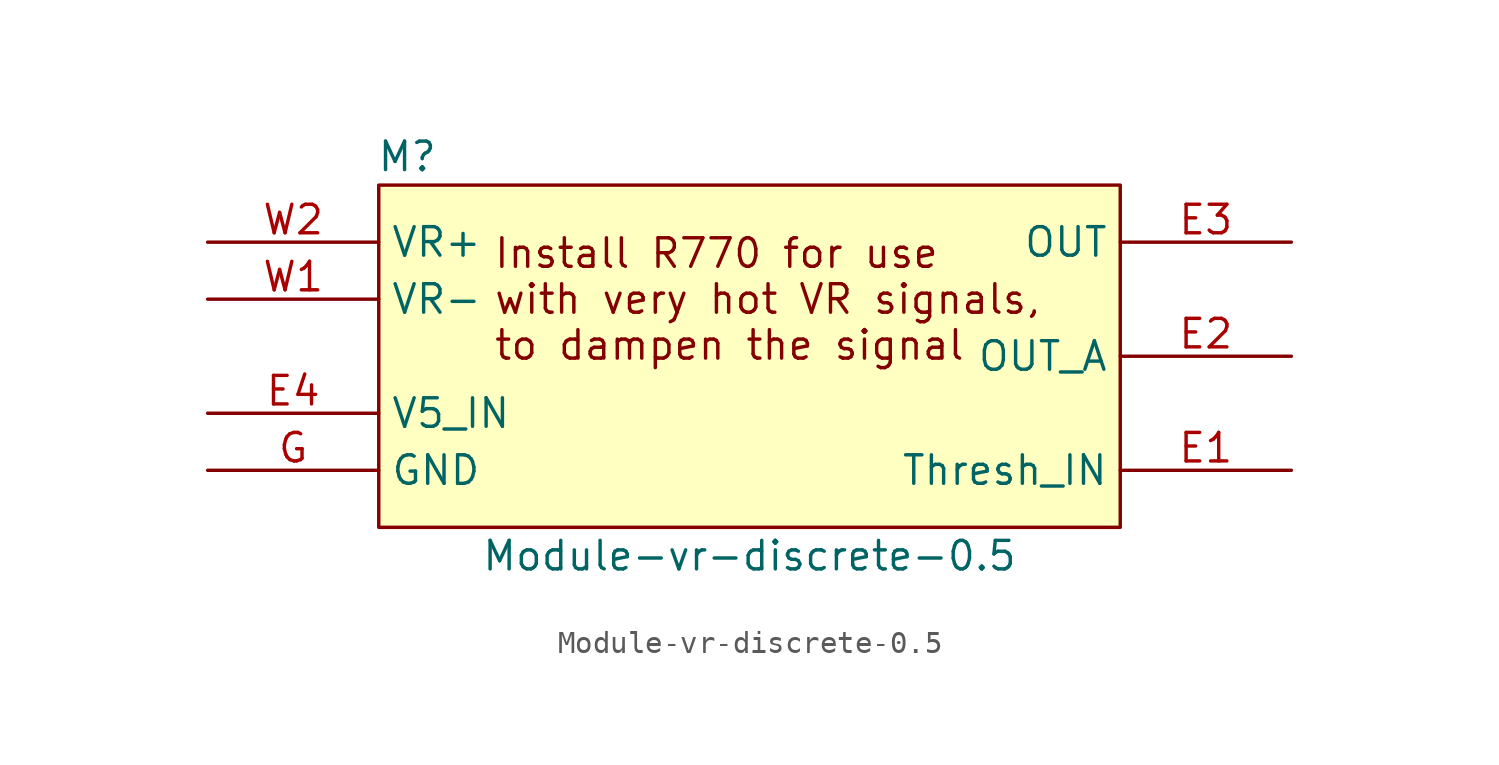
<source format=kicad_sym>
(kicad_symbol_lib
  (version 20220914)
  (generator kicad_symbol_editor)
  (symbol "Module-vr-discrete-0.5"
    (property "Reference" "M"
      (at 1.27 1.27 0)
      (effects (font (size 1.27 1.27))))
    (property "Value" "Module-vr-discrete-0.5"
      (at 16.51 -16.51 0)
      (effects (font (size 1.27 1.27))))
    (symbol "Module-vr-discrete-0.5_1_0"
      (rectangle (start 0 0) (end 33.02 -15.24) (stroke (width 0) (type default)) (fill (type background)))
      (text "Install R770 for use\nwith very hot VR signals, \nto dampen the signal" (at 5.08 -5.08 0) (effects (font (size 1.27 1.27)) (justify left)))
      (pin passive line (at 40.64 -12.7 180) (length 7.62) (name "Thresh_IN" (effects (font (size 1.27 1.27)))) (number "E1" (effects (font (size 1.27 1.27)))))
      (pin passive line (at 40.64 -7.62 180) (length 7.62) (name "OUT_A" (effects (font (size 1.27 1.27)))) (number "E2" (effects (font (size 1.27 1.27)))))
      (pin passive line (at 40.64 -2.54 180) (length 7.62) (name "OUT" (effects (font (size 1.27 1.27)))) (number "E3" (effects (font (size 1.27 1.27)))))
      (pin passive line (at -7.62 -10.16 0) (length 7.62) (name "V5_IN" (effects (font (size 1.27 1.27)))) (number "E4" (effects (font (size 1.27 1.27)))))
      (pin passive line (at -7.62 -12.7 0) (length 7.62) (name "GND" (effects (font (size 1.27 1.27)))) (number "G" (effects (font (size 1.27 1.27)))))
      (pin passive line (at -7.62 -5.08 0) (length 7.62) (name "VR-" (effects (font (size 1.27 1.27)))) (number "W1" (effects (font (size 1.27 1.27)))))
      (pin passive line (at -7.62 -2.54 0) (length 7.62) (name "VR+" (effects (font (size 1.27 1.27)))) (number "W2" (effects (font (size 1.27 1.27))))))))
</source>
